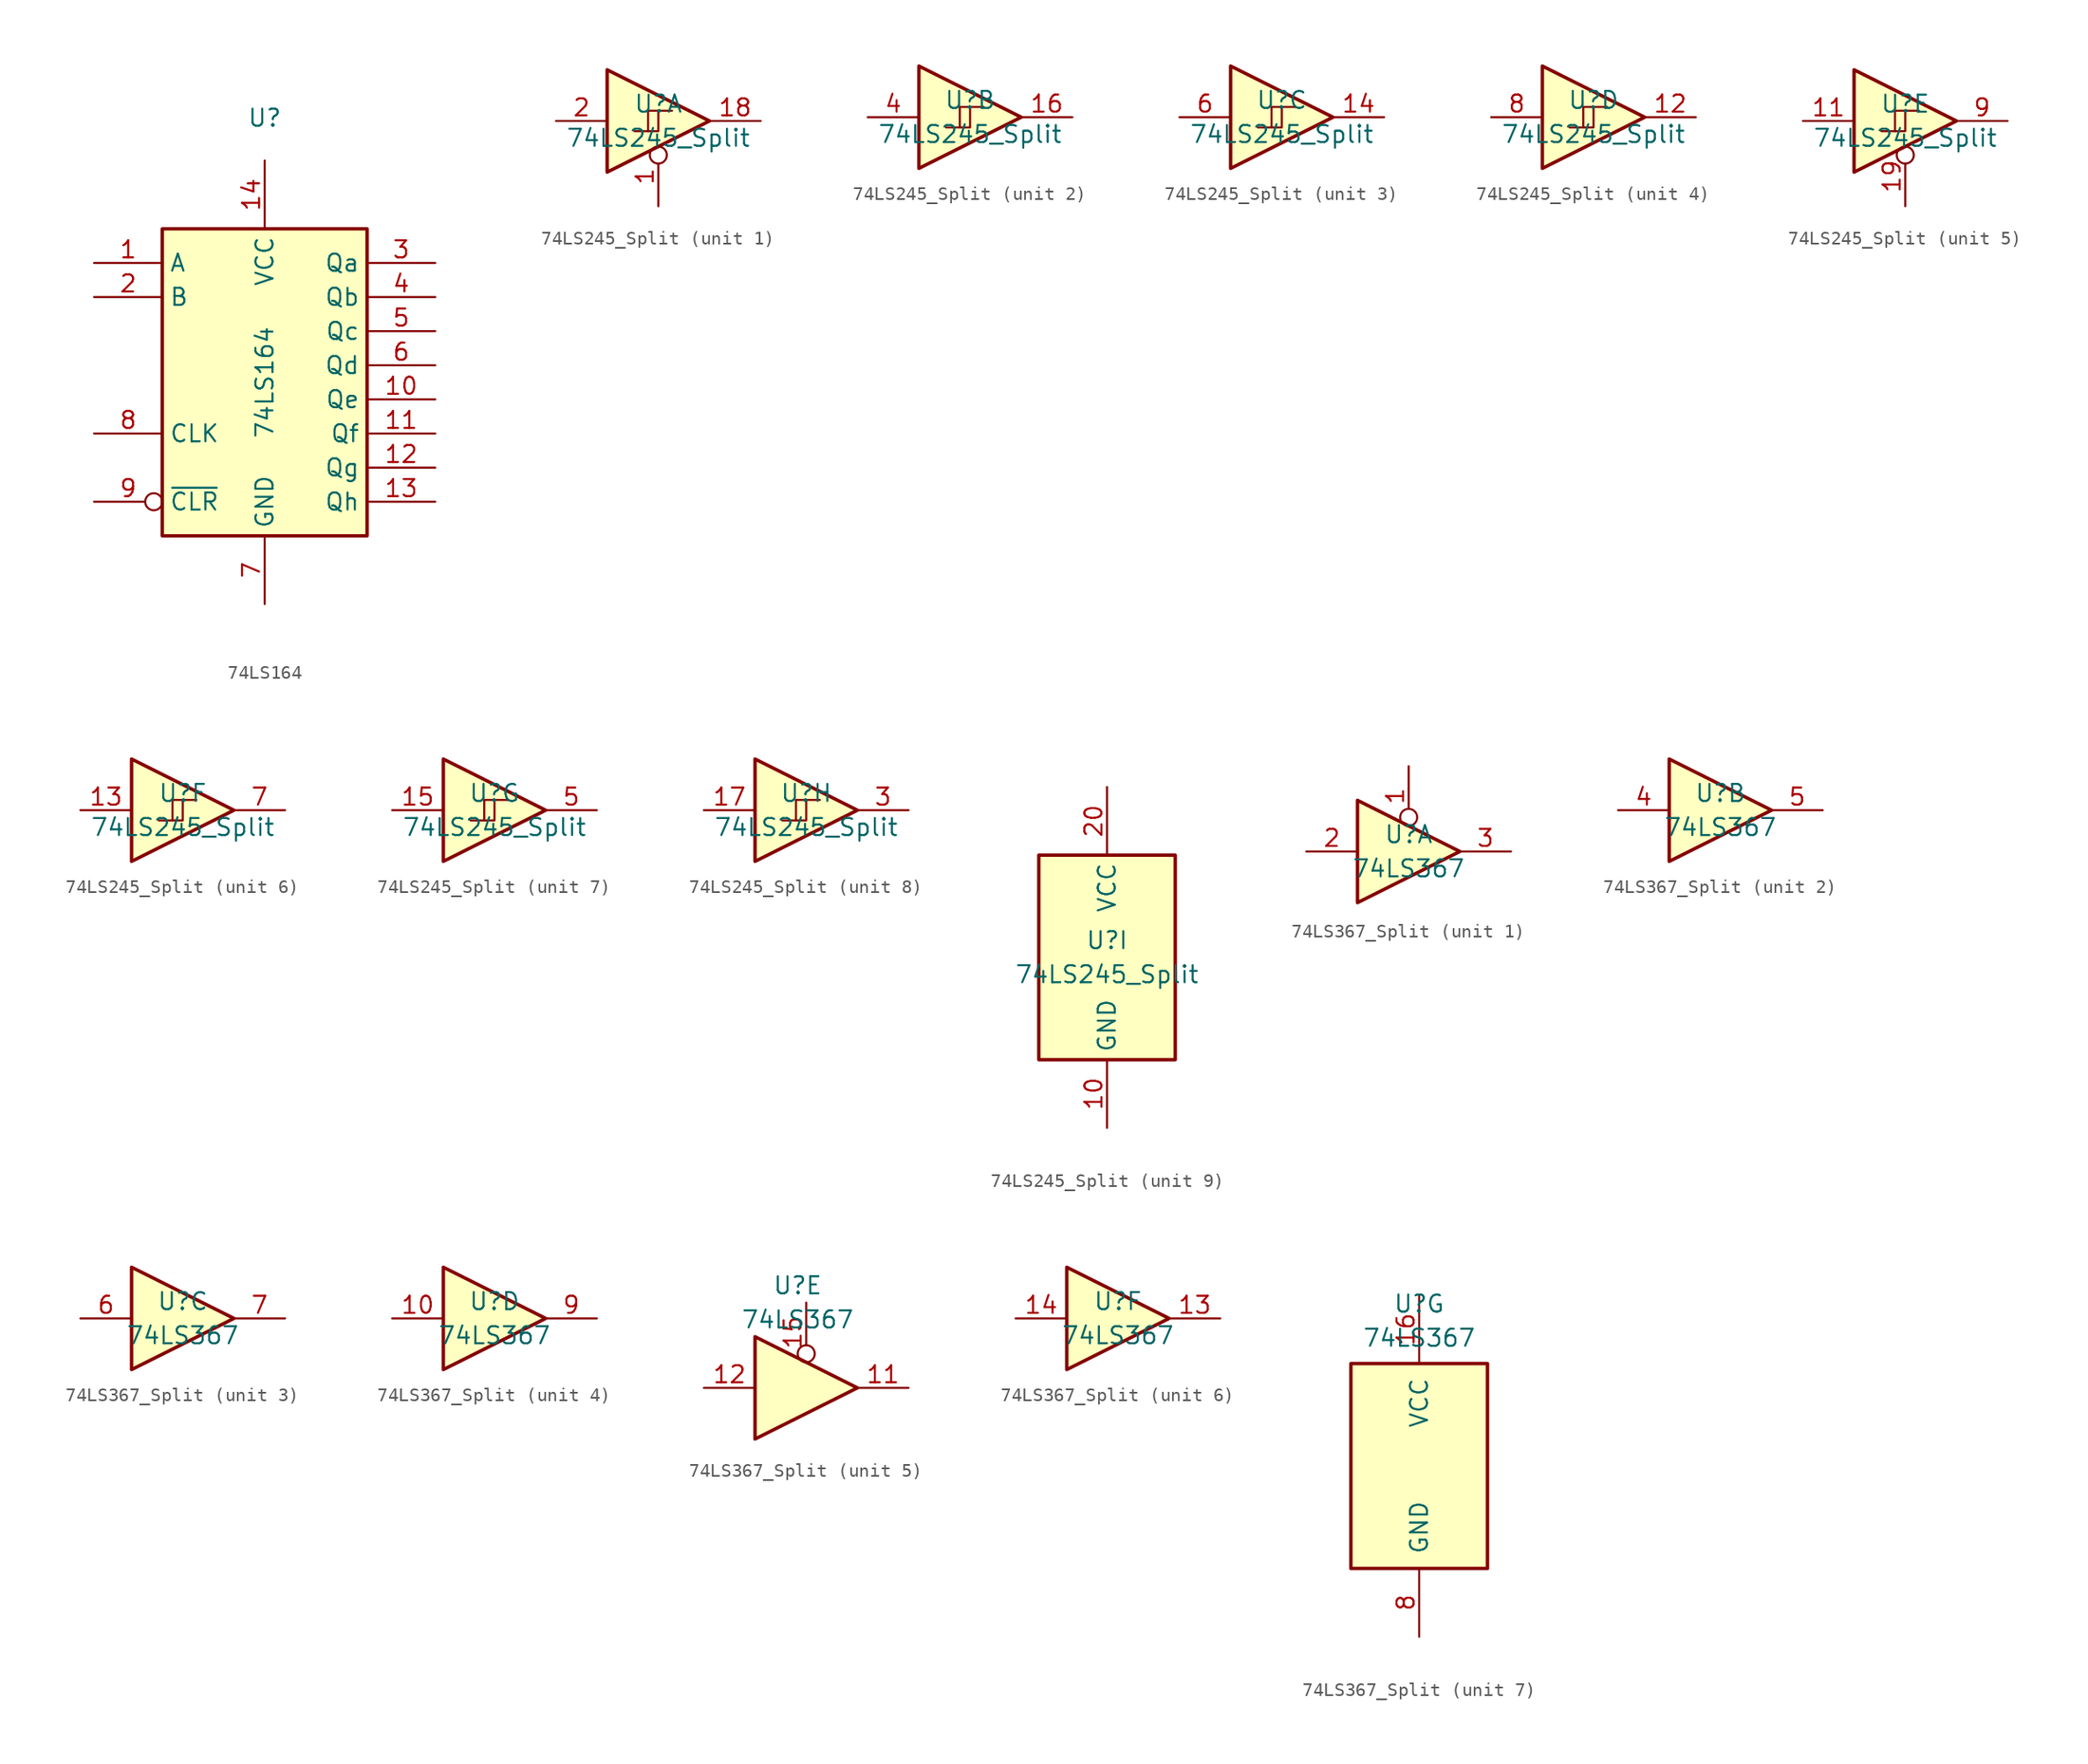
<source format=kicad_sym>
(kicad_symbol_lib
  (version 20241209)
  (generator "kicad_symbol_editor")
  (generator_version "9.0")
  (symbol "74LS164"
    (property "Reference" "U"
      (at 0 0 0)
      (effects (font (size 1.27 1.27))))
    (property "Value" "74LS164"
      (at 0 -19.685 90)
      (effects (font (size 1.27 1.27))))
    (symbol "74LS164_1_0"
      (pin input line (at -12.7 -10.795 0) (length 5.08) (name "A" (effects (font (size 1.27 1.27)))) (number "1" (effects (font (size 1.27 1.27)))))
      (pin input line (at -12.7 -13.335 0) (length 5.08) (name "B" (effects (font (size 1.27 1.27)))) (number "2" (effects (font (size 1.27 1.27)))))
      (pin input line (at -12.7 -23.495 0) (length 5.08) (name "CLK" (effects (font (size 1.27 1.27)))) (number "8" (effects (font (size 1.27 1.27)))))
      (pin input inverted (at -12.7 -28.575 0) (length 5.08) (name "~{CLR}" (effects (font (size 1.27 1.27)))) (number "9" (effects (font (size 1.27 1.27)))))
      (pin power_in line (at 0 -3.175 270) (length 5.08) (name "VCC" (effects (font (size 1.27 1.27)))) (number "14" (effects (font (size 1.27 1.27)))))
      (pin power_in line (at 0 -36.195 90) (length 5.08) (name "GND" (effects (font (size 1.27 1.27)))) (number "7" (effects (font (size 1.27 1.27)))))
      (pin output line (at 12.7 -10.795 180) (length 5.08) (name "Qa" (effects (font (size 1.27 1.27)))) (number "3" (effects (font (size 1.27 1.27)))))
      (pin output line (at 12.7 -13.335 180) (length 5.08) (name "Qb" (effects (font (size 1.27 1.27)))) (number "4" (effects (font (size 1.27 1.27)))))
      (pin output line (at 12.7 -15.875 180) (length 5.08) (name "Qc" (effects (font (size 1.27 1.27)))) (number "5" (effects (font (size 1.27 1.27)))))
      (pin output line (at 12.7 -18.415 180) (length 5.08) (name "Qd" (effects (font (size 1.27 1.27)))) (number "6" (effects (font (size 1.27 1.27)))))
      (pin output line (at 12.7 -20.955 180) (length 5.08) (name "Qe" (effects (font (size 1.27 1.27)))) (number "10" (effects (font (size 1.27 1.27)))))
      (pin output line (at 12.7 -23.495 180) (length 5.08) (name "Qf" (effects (font (size 1.27 1.27)))) (number "11" (effects (font (size 1.27 1.27)))))
      (pin output line (at 12.7 -26.035 180) (length 5.08) (name "Qg" (effects (font (size 1.27 1.27)))) (number "12" (effects (font (size 1.27 1.27)))))
      (pin output line (at 12.7 -28.575 180) (length 5.08) (name "Qh" (effects (font (size 1.27 1.27)))) (number "13" (effects (font (size 1.27 1.27))))))
    (symbol "74LS164_1_1"
      (rectangle (start -7.62 -8.255) (end 7.62 -31.115) (stroke (width 0.254) (type default)) (fill (type background)))))
  (symbol "74LS245_Split"
    (property "Reference" "U"
      (at 0 1.27 0)
      (effects (font (size 1.27 1.27))))
    (property "Value" "74LS245_Split"
      (at 0 -1.27 0)
      (effects (font (size 1.27 1.27))))
    (property "ki_locked" ""
      (at 0 0 0)
      (effects (font (size 1.27 1.27))))
    (symbol "74LS245_Split_1_0"
      (polyline (pts (xy -3.81 3.81) (xy -3.81 -3.81) (xy 3.81 0) (xy -3.81 3.81)) (stroke (width 0.254) (type default)) (fill (type background)))
      (pin input line (at -7.62 0 0) (length 3.81) (name "~" (effects (font (size 1.27 1.27)))) (number "2" (effects (font (size 1.27 1.27)))))
      (pin input inverted (at 0 -6.35 90) (length 4.445) (name "~" (effects (font (size 1.27 1.27)))) (number "1" (effects (font (size 1.27 1.27)))))
      (pin tri_state line (at 7.62 0 180) (length 3.81) (name "~" (effects (font (size 1.27 1.27)))) (number "18" (effects (font (size 1.27 1.27))))))
    (symbol "74LS245_Split_1_1"
      (polyline (pts (xy 0 0.762) (xy 0 -0.762) (xy -1.778 -0.762)) (stroke (width 0) (type default)) (fill (type none)))
      (polyline (pts (xy 1.016 0.762) (xy -0.762 0.762) (xy -0.762 -0.762)) (stroke (width 0) (type default)) (fill (type none))))
    (symbol "74LS245_Split_2_0"
      (polyline (pts (xy -3.81 3.81) (xy -3.81 -3.81) (xy 3.81 0) (xy -3.81 3.81)) (stroke (width 0.254) (type default)) (fill (type background)))
      (pin input line (at -7.62 0 0) (length 3.81) (name "~" (effects (font (size 1.27 1.27)))) (number "4" (effects (font (size 1.27 1.27)))))
      (pin tri_state line (at 7.62 0 180) (length 3.81) (name "~" (effects (font (size 1.27 1.27)))) (number "16" (effects (font (size 1.27 1.27))))))
    (symbol "74LS245_Split_2_1"
      (polyline (pts (xy 0 0.762) (xy 0 -0.762) (xy -1.778 -0.762)) (stroke (width 0) (type default)) (fill (type none)))
      (polyline (pts (xy 1.016 0.762) (xy -0.762 0.762) (xy -0.762 -0.762)) (stroke (width 0) (type default)) (fill (type none))))
    (symbol "74LS245_Split_3_0"
      (polyline (pts (xy -3.81 3.81) (xy -3.81 -3.81) (xy 3.81 0) (xy -3.81 3.81)) (stroke (width 0.254) (type default)) (fill (type background)))
      (pin input line (at -7.62 0 0) (length 3.81) (name "~" (effects (font (size 1.27 1.27)))) (number "6" (effects (font (size 1.27 1.27)))))
      (pin tri_state line (at 7.62 0 180) (length 3.81) (name "~" (effects (font (size 1.27 1.27)))) (number "14" (effects (font (size 1.27 1.27))))))
    (symbol "74LS245_Split_3_1"
      (polyline (pts (xy 0 0.762) (xy 0 -0.762) (xy -1.778 -0.762)) (stroke (width 0) (type default)) (fill (type none)))
      (polyline (pts (xy 1.016 0.762) (xy -0.762 0.762) (xy -0.762 -0.762)) (stroke (width 0) (type default)) (fill (type none))))
    (symbol "74LS245_Split_4_0"
      (polyline (pts (xy -3.81 3.81) (xy -3.81 -3.81) (xy 3.81 0) (xy -3.81 3.81)) (stroke (width 0.254) (type default)) (fill (type background)))
      (pin input line (at -7.62 0 0) (length 3.81) (name "~" (effects (font (size 1.27 1.27)))) (number "8" (effects (font (size 1.27 1.27)))))
      (pin tri_state line (at 7.62 0 180) (length 3.81) (name "~" (effects (font (size 1.27 1.27)))) (number "12" (effects (font (size 1.27 1.27))))))
    (symbol "74LS245_Split_4_1"
      (polyline (pts (xy 0 0.762) (xy 0 -0.762) (xy -1.778 -0.762)) (stroke (width 0) (type default)) (fill (type none)))
      (polyline (pts (xy 1.016 0.762) (xy -0.762 0.762) (xy -0.762 -0.762)) (stroke (width 0) (type default)) (fill (type none))))
    (symbol "74LS245_Split_5_0"
      (polyline (pts (xy -3.81 3.81) (xy -3.81 -3.81) (xy 3.81 0) (xy -3.81 3.81)) (stroke (width 0.254) (type default)) (fill (type background)))
      (pin input line (at -7.62 0 0) (length 3.81) (name "~" (effects (font (size 1.27 1.27)))) (number "11" (effects (font (size 1.27 1.27)))))
      (pin input inverted (at 0 -6.35 90) (length 4.445) (name "~" (effects (font (size 1.27 1.27)))) (number "19" (effects (font (size 1.27 1.27)))))
      (pin tri_state line (at 7.62 0 180) (length 3.81) (name "~" (effects (font (size 1.27 1.27)))) (number "9" (effects (font (size 1.27 1.27))))))
    (symbol "74LS245_Split_5_1"
      (polyline (pts (xy 0 0.762) (xy 0 -0.762) (xy -1.778 -0.762)) (stroke (width 0) (type default)) (fill (type none)))
      (polyline (pts (xy 1.016 0.762) (xy -0.762 0.762) (xy -0.762 -0.762)) (stroke (width 0) (type default)) (fill (type none))))
    (symbol "74LS245_Split_6_0"
      (polyline (pts (xy -3.81 3.81) (xy -3.81 -3.81) (xy 3.81 0) (xy -3.81 3.81)) (stroke (width 0.254) (type default)) (fill (type background)))
      (pin input line (at -7.62 0 0) (length 3.81) (name "~" (effects (font (size 1.27 1.27)))) (number "13" (effects (font (size 1.27 1.27)))))
      (pin tri_state line (at 7.62 0 180) (length 3.81) (name "~" (effects (font (size 1.27 1.27)))) (number "7" (effects (font (size 1.27 1.27))))))
    (symbol "74LS245_Split_6_1"
      (polyline (pts (xy 0 0.762) (xy 0 -0.762) (xy -1.778 -0.762)) (stroke (width 0) (type default)) (fill (type none)))
      (polyline (pts (xy 1.016 0.762) (xy -0.762 0.762) (xy -0.762 -0.762)) (stroke (width 0) (type default)) (fill (type none))))
    (symbol "74LS245_Split_7_0"
      (polyline (pts (xy -3.81 3.81) (xy -3.81 -3.81) (xy 3.81 0) (xy -3.81 3.81)) (stroke (width 0.254) (type default)) (fill (type background)))
      (pin input line (at -7.62 0 0) (length 3.81) (name "~" (effects (font (size 1.27 1.27)))) (number "15" (effects (font (size 1.27 1.27)))))
      (pin tri_state line (at 7.62 0 180) (length 3.81) (name "~" (effects (font (size 1.27 1.27)))) (number "5" (effects (font (size 1.27 1.27))))))
    (symbol "74LS245_Split_7_1"
      (polyline (pts (xy 0 0.762) (xy 0 -0.762) (xy -1.778 -0.762)) (stroke (width 0) (type default)) (fill (type none)))
      (polyline (pts (xy 1.016 0.762) (xy -0.762 0.762) (xy -0.762 -0.762)) (stroke (width 0) (type default)) (fill (type none))))
    (symbol "74LS245_Split_8_0"
      (polyline (pts (xy -3.81 3.81) (xy -3.81 -3.81) (xy 3.81 0) (xy -3.81 3.81)) (stroke (width 0.254) (type default)) (fill (type background)))
      (pin input line (at -7.62 0 0) (length 3.81) (name "~" (effects (font (size 1.27 1.27)))) (number "17" (effects (font (size 1.27 1.27)))))
      (pin tri_state line (at 7.62 0 180) (length 3.81) (name "~" (effects (font (size 1.27 1.27)))) (number "3" (effects (font (size 1.27 1.27))))))
    (symbol "74LS245_Split_8_1"
      (polyline (pts (xy 0 0.762) (xy 0 -0.762) (xy -1.778 -0.762)) (stroke (width 0) (type default)) (fill (type none)))
      (polyline (pts (xy 1.016 0.762) (xy -0.762 0.762) (xy -0.762 -0.762)) (stroke (width 0) (type default)) (fill (type none))))
    (symbol "74LS245_Split_9_0"
      (pin power_in line (at 0 12.7 270) (length 5.08) (name "VCC" (effects (font (size 1.27 1.27)))) (number "20" (effects (font (size 1.27 1.27)))))
      (pin power_in line (at 0 -12.7 90) (length 5.08) (name "GND" (effects (font (size 1.27 1.27)))) (number "10" (effects (font (size 1.27 1.27))))))
    (symbol "74LS245_Split_9_1"
      (rectangle (start -5.08 7.62) (end 5.08 -7.62) (stroke (width 0.254) (type default)) (fill (type background)))))
  (symbol "74LS367_Split"
    (pin_names
      (offset 1.016))
    (property "Reference" "U"
      (at 0 1.27 0)
      (effects (font (size 1.27 1.27))))
    (property "Value" "74LS367"
      (at 0 -1.27 0)
      (effects (font (size 1.27 1.27))))
    (property "ki_locked" ""
      (at 0 0 0)
      (effects (font (size 1.27 1.27))))
    (symbol "74LS367_Split_1_0"
      (polyline (pts (xy -3.81 3.81) (xy -3.81 -3.81) (xy 3.81 0) (xy -3.81 3.81)) (stroke (width 0.254) (type default)) (fill (type background)))
      (pin input line (at -7.62 0 0) (length 3.81) (name "~" (effects (font (size 1.27 1.27)))) (number "2" (effects (font (size 1.27 1.27)))))
      (pin input inverted (at 0 6.35 270) (length 4.445) (name "~" (effects (font (size 1.27 1.27)))) (number "1" (effects (font (size 1.27 1.27)))))
      (pin tri_state line (at 7.62 0 180) (length 3.81) (name "~" (effects (font (size 1.27 1.27)))) (number "3" (effects (font (size 1.27 1.27))))))
    (symbol "74LS367_Split_2_0"
      (polyline (pts (xy -3.81 3.81) (xy -3.81 -3.81) (xy 3.81 0) (xy -3.81 3.81)) (stroke (width 0.254) (type default)) (fill (type background)))
      (pin input line (at -7.62 0 0) (length 3.81) (name "~" (effects (font (size 1.27 1.27)))) (number "4" (effects (font (size 1.27 1.27)))))
      (pin tri_state line (at 7.62 0 180) (length 3.81) (name "~" (effects (font (size 1.27 1.27)))) (number "5" (effects (font (size 1.27 1.27))))))
    (symbol "74LS367_Split_3_0"
      (polyline (pts (xy -3.81 3.81) (xy -3.81 -3.81) (xy 3.81 0) (xy -3.81 3.81)) (stroke (width 0.254) (type default)) (fill (type background)))
      (pin input line (at -7.62 0 0) (length 3.81) (name "~" (effects (font (size 1.27 1.27)))) (number "6" (effects (font (size 1.27 1.27)))))
      (pin tri_state line (at 7.62 0 180) (length 3.81) (name "~" (effects (font (size 1.27 1.27)))) (number "7" (effects (font (size 1.27 1.27))))))
    (symbol "74LS367_Split_4_0"
      (polyline (pts (xy -3.81 3.81) (xy -3.81 -3.81) (xy 3.81 0) (xy -3.81 3.81)) (stroke (width 0.254) (type default)) (fill (type background)))
      (pin input line (at -7.62 0 0) (length 3.81) (name "~" (effects (font (size 1.27 1.27)))) (number "10" (effects (font (size 1.27 1.27)))))
      (pin tri_state line (at 7.62 0 180) (length 3.81) (name "~" (effects (font (size 1.27 1.27)))) (number "9" (effects (font (size 1.27 1.27))))))
    (symbol "74LS367_Split_5_0"
      (polyline (pts (xy -3.175 -2.54) (xy -3.175 -10.16) (xy 4.445 -6.35) (xy -3.175 -2.54)) (stroke (width 0.254) (type default)) (fill (type background)))
      (pin input line (at -6.985 -6.35 0) (length 3.81) (name "~" (effects (font (size 1.27 1.27)))) (number "12" (effects (font (size 1.27 1.27)))))
      (pin input inverted (at 0.635 0 270) (length 4.445) (name "~" (effects (font (size 1.27 1.27)))) (number "15" (effects (font (size 1.27 1.27)))))
      (pin tri_state line (at 8.255 -6.35 180) (length 3.81) (name "~" (effects (font (size 1.27 1.27)))) (number "11" (effects (font (size 1.27 1.27))))))
    (symbol "74LS367_Split_6_0"
      (polyline (pts (xy -3.81 3.81) (xy -3.81 -3.81) (xy 3.81 0) (xy -3.81 3.81)) (stroke (width 0.254) (type default)) (fill (type background)))
      (pin input line (at -7.62 0 0) (length 3.81) (name "~" (effects (font (size 1.27 1.27)))) (number "14" (effects (font (size 1.27 1.27)))))
      (pin tri_state line (at 7.62 0 180) (length 3.81) (name "~" (effects (font (size 1.27 1.27)))) (number "13" (effects (font (size 1.27 1.27))))))
    (symbol "74LS367_Split_7_0"
      (pin power_in line (at 0 1.905 270) (length 5.08) (name "VCC" (effects (font (size 1.27 1.27)))) (number "16" (effects (font (size 1.27 1.27)))))
      (pin power_in line (at 0 -23.495 90) (length 5.08) (name "GND" (effects (font (size 1.27 1.27)))) (number "8" (effects (font (size 1.27 1.27))))))
    (symbol "74LS367_Split_7_1"
      (rectangle (start -5.08 -3.175) (end 5.08 -18.415) (stroke (width 0.254) (type default)) (fill (type background))))))
</source>
